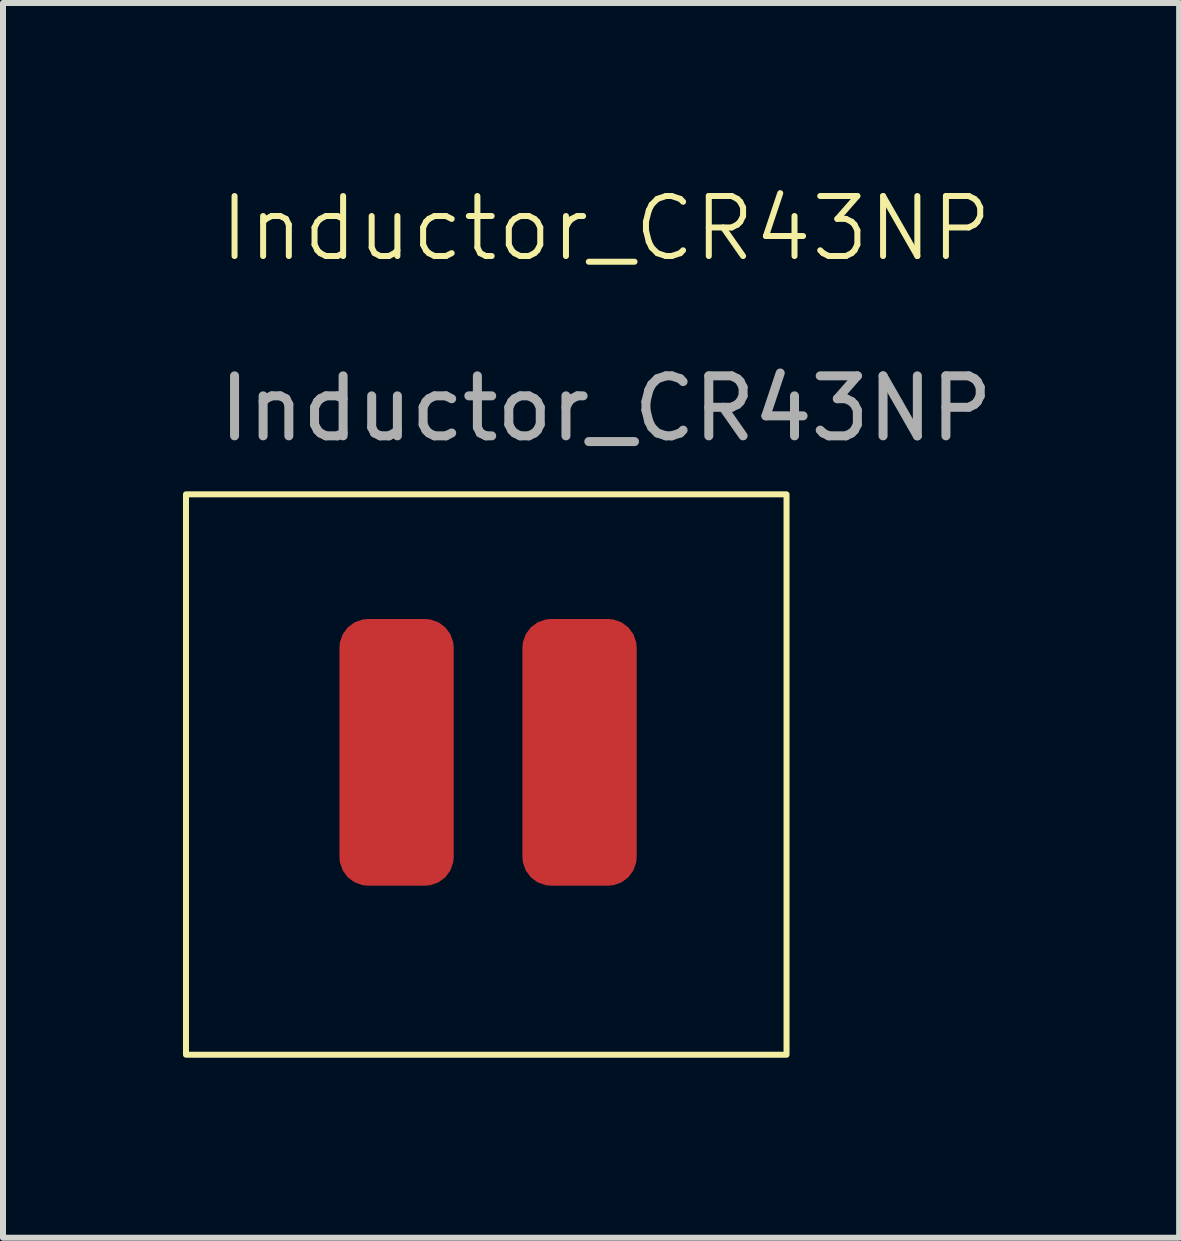
<source format=kicad_pcb>
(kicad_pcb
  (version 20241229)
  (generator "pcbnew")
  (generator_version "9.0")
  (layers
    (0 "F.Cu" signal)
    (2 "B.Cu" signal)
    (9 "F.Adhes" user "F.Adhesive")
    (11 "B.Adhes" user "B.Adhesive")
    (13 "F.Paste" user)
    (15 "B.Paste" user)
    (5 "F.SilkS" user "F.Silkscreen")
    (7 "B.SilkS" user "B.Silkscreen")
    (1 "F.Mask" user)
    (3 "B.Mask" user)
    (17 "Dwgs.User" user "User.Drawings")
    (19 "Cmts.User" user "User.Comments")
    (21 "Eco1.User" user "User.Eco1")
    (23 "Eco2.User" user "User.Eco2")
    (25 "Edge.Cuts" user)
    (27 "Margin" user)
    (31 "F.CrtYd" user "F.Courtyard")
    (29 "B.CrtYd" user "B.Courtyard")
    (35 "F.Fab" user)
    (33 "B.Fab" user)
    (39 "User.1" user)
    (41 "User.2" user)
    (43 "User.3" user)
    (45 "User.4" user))
  (footprint "Inductor_CR43NP"
    (layer "F.Cu")
    (at 7.05 1.26)
    (property "Reference" "Inductor_CR43NP" (at 0 -0.5 0) (unlocked yes) (layer "F.SilkS") (effects (font (size 1 1) (thickness 0.1))))
    (attr smd)
    (fp_rect (start -7 3.93) (end 3.01 13.27) (stroke (width 0.1) (type default)) (fill no) (layer "F.SilkS"))
    (fp_text user "${REFERENCE}" (at 0 2.5 0) (unlocked yes) (layer "F.Fab") (effects (font (size 1 1) (thickness 0.15))))
    (pad "1" smd roundrect (at -3.49 8.23 180) (size 1.905 4.445) (layers "F.Cu" "F.Mask" "F.Paste") (roundrect_rratio 0.25))
    (pad "2" smd roundrect (at -0.44 8.23 180) (size 1.905 4.445) (layers "F.Cu" "F.Mask" "F.Paste") (roundrect_rratio 0.25)))
  (gr_rect
    (start -3 -3)
    (end 16.604 17.581)
    (stroke (width 0.1) (type default))
    (fill no)
    (layer "Edge.Cuts")))
</source>
